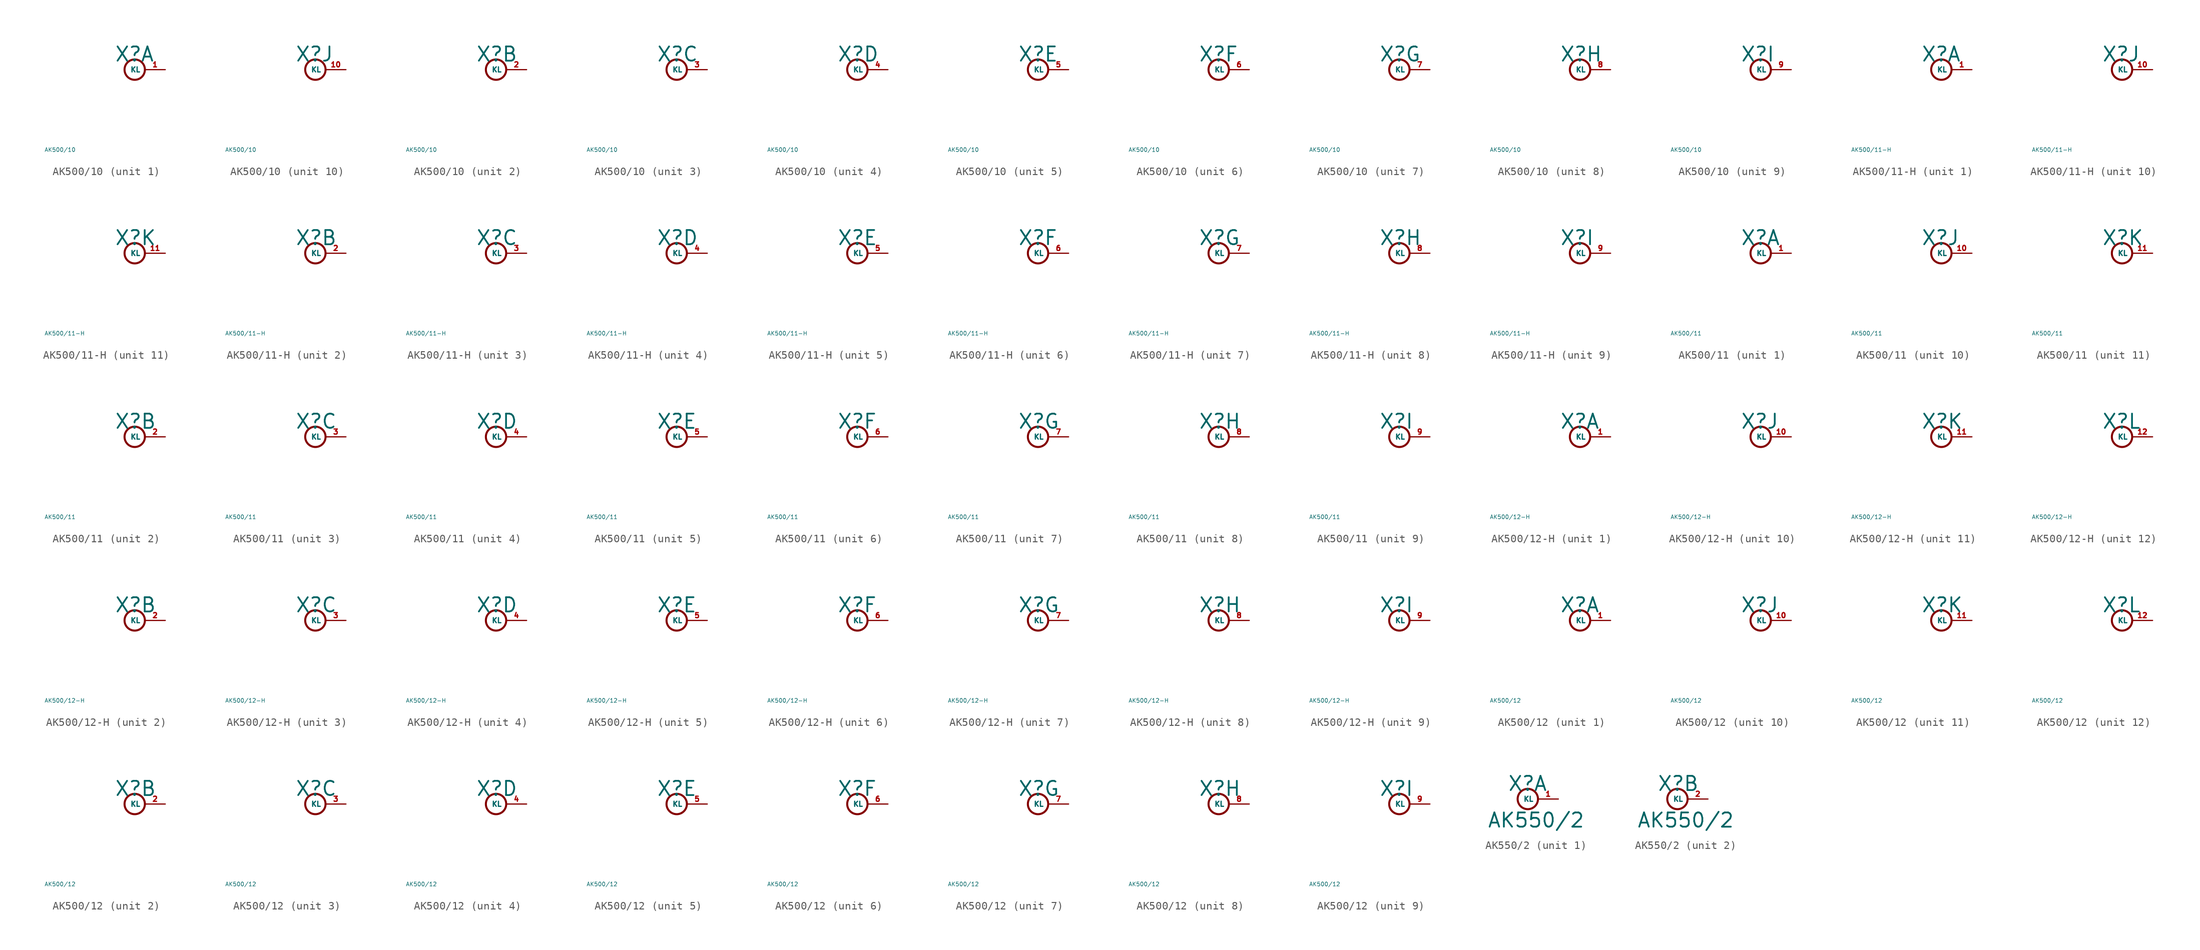
<source format=kicad_sym>
(kicad_symbol_lib
  (version 20220914)
  (generator Eagle2Kicad)
  (symbol "AK500/10"
    (property "Reference" "X"
      (at -1.27 0.889 0)
      (effects (font (size 1.778 1.778) (thickness 0.22)) (justify left bottom)))
    (property "Value" "AK500/10"
      (at -10 -10 0)
      (effects (font (size 0.5 0.5) (thickness 0.06)) (justify left)))
    (symbol "AK500/10_1_0"
      (circle (center 1.27 0) (radius 1.27) (stroke (width 0.254) (type default)) (fill (type none)))
      (pin passive line (at 5.08 0 180) (length 2.54) (name "KL" (effects (font (size 0.635 0.635) (thickness 0.08)) (justify left bottom))) (number "1" (effects (font (size 0.635 0.635) (thickness 0.08)) (justify left bottom)))))
    (symbol "AK500/10_2_0"
      (circle (center 1.27 0) (radius 1.27) (stroke (width 0.254) (type default)) (fill (type none)))
      (pin passive line (at 5.08 0 180) (length 2.54) (name "KL" (effects (font (size 0.635 0.635) (thickness 0.08)) (justify left bottom))) (number "2" (effects (font (size 0.635 0.635) (thickness 0.08)) (justify left bottom)))))
    (symbol "AK500/10_3_0"
      (circle (center 1.27 0) (radius 1.27) (stroke (width 0.254) (type default)) (fill (type none)))
      (pin passive line (at 5.08 0 180) (length 2.54) (name "KL" (effects (font (size 0.635 0.635) (thickness 0.08)) (justify left bottom))) (number "3" (effects (font (size 0.635 0.635) (thickness 0.08)) (justify left bottom)))))
    (symbol "AK500/10_4_0"
      (circle (center 1.27 0) (radius 1.27) (stroke (width 0.254) (type default)) (fill (type none)))
      (pin passive line (at 5.08 0 180) (length 2.54) (name "KL" (effects (font (size 0.635 0.635) (thickness 0.08)) (justify left bottom))) (number "4" (effects (font (size 0.635 0.635) (thickness 0.08)) (justify left bottom)))))
    (symbol "AK500/10_5_0"
      (circle (center 1.27 0) (radius 1.27) (stroke (width 0.254) (type default)) (fill (type none)))
      (pin passive line (at 5.08 0 180) (length 2.54) (name "KL" (effects (font (size 0.635 0.635) (thickness 0.08)) (justify left bottom))) (number "5" (effects (font (size 0.635 0.635) (thickness 0.08)) (justify left bottom)))))
    (symbol "AK500/10_6_0"
      (circle (center 1.27 0) (radius 1.27) (stroke (width 0.254) (type default)) (fill (type none)))
      (pin passive line (at 5.08 0 180) (length 2.54) (name "KL" (effects (font (size 0.635 0.635) (thickness 0.08)) (justify left bottom))) (number "6" (effects (font (size 0.635 0.635) (thickness 0.08)) (justify left bottom)))))
    (symbol "AK500/10_7_0"
      (circle (center 1.27 0) (radius 1.27) (stroke (width 0.254) (type default)) (fill (type none)))
      (pin passive line (at 5.08 0 180) (length 2.54) (name "KL" (effects (font (size 0.635 0.635) (thickness 0.08)) (justify left bottom))) (number "7" (effects (font (size 0.635 0.635) (thickness 0.08)) (justify left bottom)))))
    (symbol "AK500/10_8_0"
      (circle (center 1.27 0) (radius 1.27) (stroke (width 0.254) (type default)) (fill (type none)))
      (pin passive line (at 5.08 0 180) (length 2.54) (name "KL" (effects (font (size 0.635 0.635) (thickness 0.08)) (justify left bottom))) (number "8" (effects (font (size 0.635 0.635) (thickness 0.08)) (justify left bottom)))))
    (symbol "AK500/10_9_0"
      (circle (center 1.27 0) (radius 1.27) (stroke (width 0.254) (type default)) (fill (type none)))
      (pin passive line (at 5.08 0 180) (length 2.54) (name "KL" (effects (font (size 0.635 0.635) (thickness 0.08)) (justify left bottom))) (number "9" (effects (font (size 0.635 0.635) (thickness 0.08)) (justify left bottom)))))
    (symbol "AK500/10_10_0"
      (circle (center 1.27 0) (radius 1.27) (stroke (width 0.254) (type default)) (fill (type none)))
      (pin passive line (at 5.08 0 180) (length 2.54) (name "KL" (effects (font (size 0.635 0.635) (thickness 0.08)) (justify left bottom))) (number "10" (effects (font (size 0.635 0.635) (thickness 0.08)) (justify left bottom))))))
  (symbol "AK500/11-H"
    (property "Reference" "X"
      (at -1.27 0.889 0)
      (effects (font (size 1.778 1.778) (thickness 0.22)) (justify left bottom)))
    (property "Value" "AK500/11-H"
      (at -10 -10 0)
      (effects (font (size 0.5 0.5) (thickness 0.06)) (justify left)))
    (symbol "AK500/11-H_1_0"
      (circle (center 1.27 0) (radius 1.27) (stroke (width 0.254) (type default)) (fill (type none)))
      (pin passive line (at 5.08 0 180) (length 2.54) (name "KL" (effects (font (size 0.635 0.635) (thickness 0.08)) (justify left bottom))) (number "1" (effects (font (size 0.635 0.635) (thickness 0.08)) (justify left bottom)))))
    (symbol "AK500/11-H_2_0"
      (circle (center 1.27 0) (radius 1.27) (stroke (width 0.254) (type default)) (fill (type none)))
      (pin passive line (at 5.08 0 180) (length 2.54) (name "KL" (effects (font (size 0.635 0.635) (thickness 0.08)) (justify left bottom))) (number "2" (effects (font (size 0.635 0.635) (thickness 0.08)) (justify left bottom)))))
    (symbol "AK500/11-H_3_0"
      (circle (center 1.27 0) (radius 1.27) (stroke (width 0.254) (type default)) (fill (type none)))
      (pin passive line (at 5.08 0 180) (length 2.54) (name "KL" (effects (font (size 0.635 0.635) (thickness 0.08)) (justify left bottom))) (number "3" (effects (font (size 0.635 0.635) (thickness 0.08)) (justify left bottom)))))
    (symbol "AK500/11-H_4_0"
      (circle (center 1.27 0) (radius 1.27) (stroke (width 0.254) (type default)) (fill (type none)))
      (pin passive line (at 5.08 0 180) (length 2.54) (name "KL" (effects (font (size 0.635 0.635) (thickness 0.08)) (justify left bottom))) (number "4" (effects (font (size 0.635 0.635) (thickness 0.08)) (justify left bottom)))))
    (symbol "AK500/11-H_5_0"
      (circle (center 1.27 0) (radius 1.27) (stroke (width 0.254) (type default)) (fill (type none)))
      (pin passive line (at 5.08 0 180) (length 2.54) (name "KL" (effects (font (size 0.635 0.635) (thickness 0.08)) (justify left bottom))) (number "5" (effects (font (size 0.635 0.635) (thickness 0.08)) (justify left bottom)))))
    (symbol "AK500/11-H_6_0"
      (circle (center 1.27 0) (radius 1.27) (stroke (width 0.254) (type default)) (fill (type none)))
      (pin passive line (at 5.08 0 180) (length 2.54) (name "KL" (effects (font (size 0.635 0.635) (thickness 0.08)) (justify left bottom))) (number "6" (effects (font (size 0.635 0.635) (thickness 0.08)) (justify left bottom)))))
    (symbol "AK500/11-H_7_0"
      (circle (center 1.27 0) (radius 1.27) (stroke (width 0.254) (type default)) (fill (type none)))
      (pin passive line (at 5.08 0 180) (length 2.54) (name "KL" (effects (font (size 0.635 0.635) (thickness 0.08)) (justify left bottom))) (number "7" (effects (font (size 0.635 0.635) (thickness 0.08)) (justify left bottom)))))
    (symbol "AK500/11-H_8_0"
      (circle (center 1.27 0) (radius 1.27) (stroke (width 0.254) (type default)) (fill (type none)))
      (pin passive line (at 5.08 0 180) (length 2.54) (name "KL" (effects (font (size 0.635 0.635) (thickness 0.08)) (justify left bottom))) (number "8" (effects (font (size 0.635 0.635) (thickness 0.08)) (justify left bottom)))))
    (symbol "AK500/11-H_9_0"
      (circle (center 1.27 0) (radius 1.27) (stroke (width 0.254) (type default)) (fill (type none)))
      (pin passive line (at 5.08 0 180) (length 2.54) (name "KL" (effects (font (size 0.635 0.635) (thickness 0.08)) (justify left bottom))) (number "9" (effects (font (size 0.635 0.635) (thickness 0.08)) (justify left bottom)))))
    (symbol "AK500/11-H_10_0"
      (circle (center 1.27 0) (radius 1.27) (stroke (width 0.254) (type default)) (fill (type none)))
      (pin passive line (at 5.08 0 180) (length 2.54) (name "KL" (effects (font (size 0.635 0.635) (thickness 0.08)) (justify left bottom))) (number "10" (effects (font (size 0.635 0.635) (thickness 0.08)) (justify left bottom)))))
    (symbol "AK500/11-H_11_0"
      (circle (center 1.27 0) (radius 1.27) (stroke (width 0.254) (type default)) (fill (type none)))
      (pin passive line (at 5.08 0 180) (length 2.54) (name "KL" (effects (font (size 0.635 0.635) (thickness 0.08)) (justify left bottom))) (number "11" (effects (font (size 0.635 0.635) (thickness 0.08)) (justify left bottom))))))
  (symbol "AK500/11"
    (property "Reference" "X"
      (at -1.27 0.889 0)
      (effects (font (size 1.778 1.778) (thickness 0.22)) (justify left bottom)))
    (property "Value" "AK500/11"
      (at -10 -10 0)
      (effects (font (size 0.5 0.5) (thickness 0.06)) (justify left)))
    (symbol "AK500/11_1_0"
      (circle (center 1.27 0) (radius 1.27) (stroke (width 0.254) (type default)) (fill (type none)))
      (pin passive line (at 5.08 0 180) (length 2.54) (name "KL" (effects (font (size 0.635 0.635) (thickness 0.08)) (justify left bottom))) (number "1" (effects (font (size 0.635 0.635) (thickness 0.08)) (justify left bottom)))))
    (symbol "AK500/11_2_0"
      (circle (center 1.27 0) (radius 1.27) (stroke (width 0.254) (type default)) (fill (type none)))
      (pin passive line (at 5.08 0 180) (length 2.54) (name "KL" (effects (font (size 0.635 0.635) (thickness 0.08)) (justify left bottom))) (number "2" (effects (font (size 0.635 0.635) (thickness 0.08)) (justify left bottom)))))
    (symbol "AK500/11_3_0"
      (circle (center 1.27 0) (radius 1.27) (stroke (width 0.254) (type default)) (fill (type none)))
      (pin passive line (at 5.08 0 180) (length 2.54) (name "KL" (effects (font (size 0.635 0.635) (thickness 0.08)) (justify left bottom))) (number "3" (effects (font (size 0.635 0.635) (thickness 0.08)) (justify left bottom)))))
    (symbol "AK500/11_4_0"
      (circle (center 1.27 0) (radius 1.27) (stroke (width 0.254) (type default)) (fill (type none)))
      (pin passive line (at 5.08 0 180) (length 2.54) (name "KL" (effects (font (size 0.635 0.635) (thickness 0.08)) (justify left bottom))) (number "4" (effects (font (size 0.635 0.635) (thickness 0.08)) (justify left bottom)))))
    (symbol "AK500/11_5_0"
      (circle (center 1.27 0) (radius 1.27) (stroke (width 0.254) (type default)) (fill (type none)))
      (pin passive line (at 5.08 0 180) (length 2.54) (name "KL" (effects (font (size 0.635 0.635) (thickness 0.08)) (justify left bottom))) (number "5" (effects (font (size 0.635 0.635) (thickness 0.08)) (justify left bottom)))))
    (symbol "AK500/11_6_0"
      (circle (center 1.27 0) (radius 1.27) (stroke (width 0.254) (type default)) (fill (type none)))
      (pin passive line (at 5.08 0 180) (length 2.54) (name "KL" (effects (font (size 0.635 0.635) (thickness 0.08)) (justify left bottom))) (number "6" (effects (font (size 0.635 0.635) (thickness 0.08)) (justify left bottom)))))
    (symbol "AK500/11_7_0"
      (circle (center 1.27 0) (radius 1.27) (stroke (width 0.254) (type default)) (fill (type none)))
      (pin passive line (at 5.08 0 180) (length 2.54) (name "KL" (effects (font (size 0.635 0.635) (thickness 0.08)) (justify left bottom))) (number "7" (effects (font (size 0.635 0.635) (thickness 0.08)) (justify left bottom)))))
    (symbol "AK500/11_8_0"
      (circle (center 1.27 0) (radius 1.27) (stroke (width 0.254) (type default)) (fill (type none)))
      (pin passive line (at 5.08 0 180) (length 2.54) (name "KL" (effects (font (size 0.635 0.635) (thickness 0.08)) (justify left bottom))) (number "8" (effects (font (size 0.635 0.635) (thickness 0.08)) (justify left bottom)))))
    (symbol "AK500/11_9_0"
      (circle (center 1.27 0) (radius 1.27) (stroke (width 0.254) (type default)) (fill (type none)))
      (pin passive line (at 5.08 0 180) (length 2.54) (name "KL" (effects (font (size 0.635 0.635) (thickness 0.08)) (justify left bottom))) (number "9" (effects (font (size 0.635 0.635) (thickness 0.08)) (justify left bottom)))))
    (symbol "AK500/11_10_0"
      (circle (center 1.27 0) (radius 1.27) (stroke (width 0.254) (type default)) (fill (type none)))
      (pin passive line (at 5.08 0 180) (length 2.54) (name "KL" (effects (font (size 0.635 0.635) (thickness 0.08)) (justify left bottom))) (number "10" (effects (font (size 0.635 0.635) (thickness 0.08)) (justify left bottom)))))
    (symbol "AK500/11_11_0"
      (circle (center 1.27 0) (radius 1.27) (stroke (width 0.254) (type default)) (fill (type none)))
      (pin passive line (at 5.08 0 180) (length 2.54) (name "KL" (effects (font (size 0.635 0.635) (thickness 0.08)) (justify left bottom))) (number "11" (effects (font (size 0.635 0.635) (thickness 0.08)) (justify left bottom))))))
  (symbol "AK500/12-H"
    (property "Reference" "X"
      (at -1.27 0.889 0)
      (effects (font (size 1.778 1.778) (thickness 0.22)) (justify left bottom)))
    (property "Value" "AK500/12-H"
      (at -10 -10 0)
      (effects (font (size 0.5 0.5) (thickness 0.06)) (justify left)))
    (symbol "AK500/12-H_1_0"
      (circle (center 1.27 0) (radius 1.27) (stroke (width 0.254) (type default)) (fill (type none)))
      (pin passive line (at 5.08 0 180) (length 2.54) (name "KL" (effects (font (size 0.635 0.635) (thickness 0.08)) (justify left bottom))) (number "1" (effects (font (size 0.635 0.635) (thickness 0.08)) (justify left bottom)))))
    (symbol "AK500/12-H_2_0"
      (circle (center 1.27 0) (radius 1.27) (stroke (width 0.254) (type default)) (fill (type none)))
      (pin passive line (at 5.08 0 180) (length 2.54) (name "KL" (effects (font (size 0.635 0.635) (thickness 0.08)) (justify left bottom))) (number "2" (effects (font (size 0.635 0.635) (thickness 0.08)) (justify left bottom)))))
    (symbol "AK500/12-H_3_0"
      (circle (center 1.27 0) (radius 1.27) (stroke (width 0.254) (type default)) (fill (type none)))
      (pin passive line (at 5.08 0 180) (length 2.54) (name "KL" (effects (font (size 0.635 0.635) (thickness 0.08)) (justify left bottom))) (number "3" (effects (font (size 0.635 0.635) (thickness 0.08)) (justify left bottom)))))
    (symbol "AK500/12-H_4_0"
      (circle (center 1.27 0) (radius 1.27) (stroke (width 0.254) (type default)) (fill (type none)))
      (pin passive line (at 5.08 0 180) (length 2.54) (name "KL" (effects (font (size 0.635 0.635) (thickness 0.08)) (justify left bottom))) (number "4" (effects (font (size 0.635 0.635) (thickness 0.08)) (justify left bottom)))))
    (symbol "AK500/12-H_5_0"
      (circle (center 1.27 0) (radius 1.27) (stroke (width 0.254) (type default)) (fill (type none)))
      (pin passive line (at 5.08 0 180) (length 2.54) (name "KL" (effects (font (size 0.635 0.635) (thickness 0.08)) (justify left bottom))) (number "5" (effects (font (size 0.635 0.635) (thickness 0.08)) (justify left bottom)))))
    (symbol "AK500/12-H_6_0"
      (circle (center 1.27 0) (radius 1.27) (stroke (width 0.254) (type default)) (fill (type none)))
      (pin passive line (at 5.08 0 180) (length 2.54) (name "KL" (effects (font (size 0.635 0.635) (thickness 0.08)) (justify left bottom))) (number "6" (effects (font (size 0.635 0.635) (thickness 0.08)) (justify left bottom)))))
    (symbol "AK500/12-H_7_0"
      (circle (center 1.27 0) (radius 1.27) (stroke (width 0.254) (type default)) (fill (type none)))
      (pin passive line (at 5.08 0 180) (length 2.54) (name "KL" (effects (font (size 0.635 0.635) (thickness 0.08)) (justify left bottom))) (number "7" (effects (font (size 0.635 0.635) (thickness 0.08)) (justify left bottom)))))
    (symbol "AK500/12-H_8_0"
      (circle (center 1.27 0) (radius 1.27) (stroke (width 0.254) (type default)) (fill (type none)))
      (pin passive line (at 5.08 0 180) (length 2.54) (name "KL" (effects (font (size 0.635 0.635) (thickness 0.08)) (justify left bottom))) (number "8" (effects (font (size 0.635 0.635) (thickness 0.08)) (justify left bottom)))))
    (symbol "AK500/12-H_9_0"
      (circle (center 1.27 0) (radius 1.27) (stroke (width 0.254) (type default)) (fill (type none)))
      (pin passive line (at 5.08 0 180) (length 2.54) (name "KL" (effects (font (size 0.635 0.635) (thickness 0.08)) (justify left bottom))) (number "9" (effects (font (size 0.635 0.635) (thickness 0.08)) (justify left bottom)))))
    (symbol "AK500/12-H_10_0"
      (circle (center 1.27 0) (radius 1.27) (stroke (width 0.254) (type default)) (fill (type none)))
      (pin passive line (at 5.08 0 180) (length 2.54) (name "KL" (effects (font (size 0.635 0.635) (thickness 0.08)) (justify left bottom))) (number "10" (effects (font (size 0.635 0.635) (thickness 0.08)) (justify left bottom)))))
    (symbol "AK500/12-H_11_0"
      (circle (center 1.27 0) (radius 1.27) (stroke (width 0.254) (type default)) (fill (type none)))
      (pin passive line (at 5.08 0 180) (length 2.54) (name "KL" (effects (font (size 0.635 0.635) (thickness 0.08)) (justify left bottom))) (number "11" (effects (font (size 0.635 0.635) (thickness 0.08)) (justify left bottom)))))
    (symbol "AK500/12-H_12_0"
      (circle (center 1.27 0) (radius 1.27) (stroke (width 0.254) (type default)) (fill (type none)))
      (pin passive line (at 5.08 0 180) (length 2.54) (name "KL" (effects (font (size 0.635 0.635) (thickness 0.08)) (justify left bottom))) (number "12" (effects (font (size 0.635 0.635) (thickness 0.08)) (justify left bottom))))))
  (symbol "AK500/12"
    (property "Reference" "X"
      (at -1.27 0.889 0)
      (effects (font (size 1.778 1.778) (thickness 0.22)) (justify left bottom)))
    (property "Value" "AK500/12"
      (at -10 -10 0)
      (effects (font (size 0.5 0.5) (thickness 0.06)) (justify left)))
    (symbol "AK500/12_1_0"
      (circle (center 1.27 0) (radius 1.27) (stroke (width 0.254) (type default)) (fill (type none)))
      (pin passive line (at 5.08 0 180) (length 2.54) (name "KL" (effects (font (size 0.635 0.635) (thickness 0.08)) (justify left bottom))) (number "1" (effects (font (size 0.635 0.635) (thickness 0.08)) (justify left bottom)))))
    (symbol "AK500/12_2_0"
      (circle (center 1.27 0) (radius 1.27) (stroke (width 0.254) (type default)) (fill (type none)))
      (pin passive line (at 5.08 0 180) (length 2.54) (name "KL" (effects (font (size 0.635 0.635) (thickness 0.08)) (justify left bottom))) (number "2" (effects (font (size 0.635 0.635) (thickness 0.08)) (justify left bottom)))))
    (symbol "AK500/12_3_0"
      (circle (center 1.27 0) (radius 1.27) (stroke (width 0.254) (type default)) (fill (type none)))
      (pin passive line (at 5.08 0 180) (length 2.54) (name "KL" (effects (font (size 0.635 0.635) (thickness 0.08)) (justify left bottom))) (number "3" (effects (font (size 0.635 0.635) (thickness 0.08)) (justify left bottom)))))
    (symbol "AK500/12_4_0"
      (circle (center 1.27 0) (radius 1.27) (stroke (width 0.254) (type default)) (fill (type none)))
      (pin passive line (at 5.08 0 180) (length 2.54) (name "KL" (effects (font (size 0.635 0.635) (thickness 0.08)) (justify left bottom))) (number "4" (effects (font (size 0.635 0.635) (thickness 0.08)) (justify left bottom)))))
    (symbol "AK500/12_5_0"
      (circle (center 1.27 0) (radius 1.27) (stroke (width 0.254) (type default)) (fill (type none)))
      (pin passive line (at 5.08 0 180) (length 2.54) (name "KL" (effects (font (size 0.635 0.635) (thickness 0.08)) (justify left bottom))) (number "5" (effects (font (size 0.635 0.635) (thickness 0.08)) (justify left bottom)))))
    (symbol "AK500/12_6_0"
      (circle (center 1.27 0) (radius 1.27) (stroke (width 0.254) (type default)) (fill (type none)))
      (pin passive line (at 5.08 0 180) (length 2.54) (name "KL" (effects (font (size 0.635 0.635) (thickness 0.08)) (justify left bottom))) (number "6" (effects (font (size 0.635 0.635) (thickness 0.08)) (justify left bottom)))))
    (symbol "AK500/12_7_0"
      (circle (center 1.27 0) (radius 1.27) (stroke (width 0.254) (type default)) (fill (type none)))
      (pin passive line (at 5.08 0 180) (length 2.54) (name "KL" (effects (font (size 0.635 0.635) (thickness 0.08)) (justify left bottom))) (number "7" (effects (font (size 0.635 0.635) (thickness 0.08)) (justify left bottom)))))
    (symbol "AK500/12_8_0"
      (circle (center 1.27 0) (radius 1.27) (stroke (width 0.254) (type default)) (fill (type none)))
      (pin passive line (at 5.08 0 180) (length 2.54) (name "KL" (effects (font (size 0.635 0.635) (thickness 0.08)) (justify left bottom))) (number "8" (effects (font (size 0.635 0.635) (thickness 0.08)) (justify left bottom)))))
    (symbol "AK500/12_9_0"
      (circle (center 1.27 0) (radius 1.27) (stroke (width 0.254) (type default)) (fill (type none)))
      (pin passive line (at 5.08 0 180) (length 2.54) (name "KL" (effects (font (size 0.635 0.635) (thickness 0.08)) (justify left bottom))) (number "9" (effects (font (size 0.635 0.635) (thickness 0.08)) (justify left bottom)))))
    (symbol "AK500/12_10_0"
      (circle (center 1.27 0) (radius 1.27) (stroke (width 0.254) (type default)) (fill (type none)))
      (pin passive line (at 5.08 0 180) (length 2.54) (name "KL" (effects (font (size 0.635 0.635) (thickness 0.08)) (justify left bottom))) (number "10" (effects (font (size 0.635 0.635) (thickness 0.08)) (justify left bottom)))))
    (symbol "AK500/12_11_0"
      (circle (center 1.27 0) (radius 1.27) (stroke (width 0.254) (type default)) (fill (type none)))
      (pin passive line (at 5.08 0 180) (length 2.54) (name "KL" (effects (font (size 0.635 0.635) (thickness 0.08)) (justify left bottom))) (number "11" (effects (font (size 0.635 0.635) (thickness 0.08)) (justify left bottom)))))
    (symbol "AK500/12_12_0"
      (circle (center 1.27 0) (radius 1.27) (stroke (width 0.254) (type default)) (fill (type none)))
      (pin passive line (at 5.08 0 180) (length 2.54) (name "KL" (effects (font (size 0.635 0.635) (thickness 0.08)) (justify left bottom))) (number "12" (effects (font (size 0.635 0.635) (thickness 0.08)) (justify left bottom))))))
  (symbol "AK550/2"
    (property "Reference" "X"
      (at -1.27 0.889 0)
      (effects (font (size 1.778 1.778) (thickness 0.22)) (justify left bottom)))
    (property "Value" "AK550/2"
      (at -3.81 -3.683 0)
      (effects (font (size 1.778 1.778) (thickness 0.22)) (justify left bottom)))
    (symbol "AK550/2_1_0"
      (circle (center 1.27 0) (radius 1.27) (stroke (width 0.254) (type default)) (fill (type none)))
      (pin passive line (at 5.08 0 180) (length 2.54) (name "KL" (effects (font (size 0.635 0.635) (thickness 0.08)) (justify left bottom))) (number "1" (effects (font (size 0.635 0.635) (thickness 0.08)) (justify left bottom)))))
    (symbol "AK550/2_2_0"
      (circle (center 1.27 0) (radius 1.27) (stroke (width 0.254) (type default)) (fill (type none)))
      (pin passive line (at 5.08 0 180) (length 2.54) (name "KL" (effects (font (size 0.635 0.635) (thickness 0.08)) (justify left bottom))) (number "2" (effects (font (size 0.635 0.635) (thickness 0.08)) (justify left bottom)))))))
</source>
